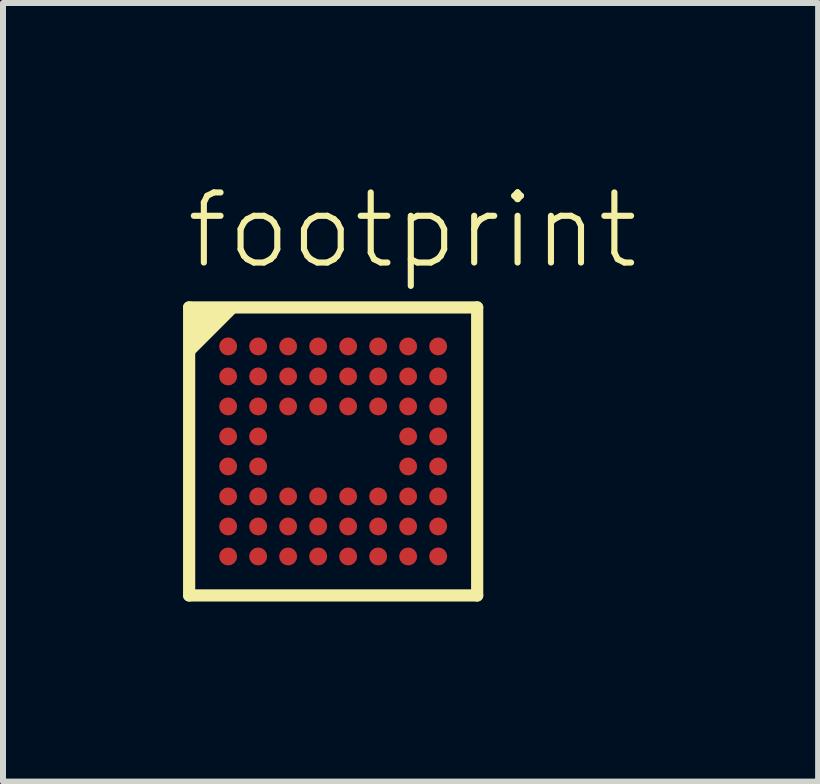
<source format=kicad_pcb>
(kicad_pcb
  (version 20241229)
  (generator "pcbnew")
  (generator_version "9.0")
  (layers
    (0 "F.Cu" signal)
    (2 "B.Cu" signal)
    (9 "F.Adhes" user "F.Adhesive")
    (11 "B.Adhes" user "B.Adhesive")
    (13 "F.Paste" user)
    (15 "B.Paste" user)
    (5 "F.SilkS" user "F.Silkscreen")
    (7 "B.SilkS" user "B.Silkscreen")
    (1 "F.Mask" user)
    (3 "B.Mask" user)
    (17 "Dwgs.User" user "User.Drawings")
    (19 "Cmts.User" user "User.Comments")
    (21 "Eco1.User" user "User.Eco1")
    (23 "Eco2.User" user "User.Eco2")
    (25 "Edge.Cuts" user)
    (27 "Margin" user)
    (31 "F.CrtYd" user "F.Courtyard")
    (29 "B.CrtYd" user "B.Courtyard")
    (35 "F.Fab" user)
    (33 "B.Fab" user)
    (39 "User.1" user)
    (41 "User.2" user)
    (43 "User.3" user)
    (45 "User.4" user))
  (footprint "footprint"
    (layer "F.Cu")
    (at 2.502 4.473)
    (property "Reference" "footprint" (at -2.5 -3 0) (layer "F.SilkS") (effects (font (size 1.168 1.168) (thickness 0.102)) (justify left bottom)))
    (fp_circle (center -1.75 -1.75) (end -1.675 -1.75) (stroke (width 0.15) (type solid)) (fill yes) (layer "F.Mask"))
    (fp_circle (center -1.75 -1.25) (end -1.675 -1.25) (stroke (width 0.15) (type solid)) (fill yes) (layer "F.Mask"))
    (fp_circle (center -1.75 -0.75) (end -1.675 -0.75) (stroke (width 0.15) (type solid)) (fill yes) (layer "F.Mask"))
    (fp_circle (center -1.75 -0.25) (end -1.675 -0.25) (stroke (width 0.15) (type solid)) (fill yes) (layer "F.Mask"))
    (fp_circle (center -1.75 0.25) (end -1.675 0.25) (stroke (width 0.15) (type solid)) (fill yes) (layer "F.Mask"))
    (fp_circle (center -1.75 0.75) (end -1.675 0.75) (stroke (width 0.15) (type solid)) (fill yes) (layer "F.Mask"))
    (fp_circle (center -1.75 1.25) (end -1.675 1.25) (stroke (width 0.15) (type solid)) (fill yes) (layer "F.Mask"))
    (fp_circle (center -1.75 1.75) (end -1.675 1.75) (stroke (width 0.15) (type solid)) (fill yes) (layer "F.Mask"))
    (fp_circle (center -1.25 -1.75) (end -1.175 -1.75) (stroke (width 0.15) (type solid)) (fill yes) (layer "F.Mask"))
    (fp_circle (center -1.25 -1.25) (end -1.175 -1.25) (stroke (width 0.15) (type solid)) (fill yes) (layer "F.Mask"))
    (fp_circle (center -1.25 -0.75) (end -1.175 -0.75) (stroke (width 0.15) (type solid)) (fill yes) (layer "F.Mask"))
    (fp_circle (center -1.25 -0.25) (end -1.175 -0.25) (stroke (width 0.15) (type solid)) (fill yes) (layer "F.Mask"))
    (fp_circle (center -1.25 0.25) (end -1.175 0.25) (stroke (width 0.15) (type solid)) (fill yes) (layer "F.Mask"))
    (fp_circle (center -1.25 0.75) (end -1.175 0.75) (stroke (width 0.15) (type solid)) (fill yes) (layer "F.Mask"))
    (fp_circle (center -1.25 1.25) (end -1.175 1.25) (stroke (width 0.15) (type solid)) (fill yes) (layer "F.Mask"))
    (fp_circle (center -1.25 1.75) (end -1.175 1.75) (stroke (width 0.15) (type solid)) (fill yes) (layer "F.Mask"))
    (fp_circle (center -0.75 -1.75) (end -0.675 -1.75) (stroke (width 0.15) (type solid)) (fill yes) (layer "F.Mask"))
    (fp_circle (center -0.75 -1.25) (end -0.675 -1.25) (stroke (width 0.15) (type solid)) (fill yes) (layer "F.Mask"))
    (fp_circle (center -0.75 -0.75) (end -0.675 -0.75) (stroke (width 0.15) (type solid)) (fill yes) (layer "F.Mask"))
    (fp_circle (center -0.75 0.75) (end -0.675 0.75) (stroke (width 0.15) (type solid)) (fill yes) (layer "F.Mask"))
    (fp_circle (center -0.75 1.25) (end -0.675 1.25) (stroke (width 0.15) (type solid)) (fill yes) (layer "F.Mask"))
    (fp_circle (center -0.75 1.75) (end -0.675 1.75) (stroke (width 0.15) (type solid)) (fill yes) (layer "F.Mask"))
    (fp_circle (center -0.25 -1.75) (end -0.175 -1.75) (stroke (width 0.15) (type solid)) (fill yes) (layer "F.Mask"))
    (fp_circle (center -0.25 -1.25) (end -0.175 -1.25) (stroke (width 0.15) (type solid)) (fill yes) (layer "F.Mask"))
    (fp_circle (center -0.25 -0.75) (end -0.175 -0.75) (stroke (width 0.15) (type solid)) (fill yes) (layer "F.Mask"))
    (fp_circle (center -0.25 0.75) (end -0.175 0.75) (stroke (width 0.15) (type solid)) (fill yes) (layer "F.Mask"))
    (fp_circle (center -0.25 1.25) (end -0.175 1.25) (stroke (width 0.15) (type solid)) (fill yes) (layer "F.Mask"))
    (fp_circle (center -0.25 1.75) (end -0.175 1.75) (stroke (width 0.15) (type solid)) (fill yes) (layer "F.Mask"))
    (fp_circle (center 0.25 -1.75) (end 0.325 -1.75) (stroke (width 0.15) (type solid)) (fill yes) (layer "F.Mask"))
    (fp_circle (center 0.25 -1.25) (end 0.325 -1.25) (stroke (width 0.15) (type solid)) (fill yes) (layer "F.Mask"))
    (fp_circle (center 0.25 -0.75) (end 0.325 -0.75) (stroke (width 0.15) (type solid)) (fill yes) (layer "F.Mask"))
    (fp_circle (center 0.25 0.75) (end 0.325 0.75) (stroke (width 0.15) (type solid)) (fill yes) (layer "F.Mask"))
    (fp_circle (center 0.25 1.25) (end 0.325 1.25) (stroke (width 0.15) (type solid)) (fill yes) (layer "F.Mask"))
    (fp_circle (center 0.25 1.75) (end 0.325 1.75) (stroke (width 0.15) (type solid)) (fill yes) (layer "F.Mask"))
    (fp_circle (center 0.75 -1.75) (end 0.825 -1.75) (stroke (width 0.15) (type solid)) (fill yes) (layer "F.Mask"))
    (fp_circle (center 0.75 -1.25) (end 0.825 -1.25) (stroke (width 0.15) (type solid)) (fill yes) (layer "F.Mask"))
    (fp_circle (center 0.75 -0.75) (end 0.825 -0.75) (stroke (width 0.15) (type solid)) (fill yes) (layer "F.Mask"))
    (fp_circle (center 0.75 0.75) (end 0.825 0.75) (stroke (width 0.15) (type solid)) (fill yes) (layer "F.Mask"))
    (fp_circle (center 0.75 1.25) (end 0.825 1.25) (stroke (width 0.15) (type solid)) (fill yes) (layer "F.Mask"))
    (fp_circle (center 0.75 1.75) (end 0.825 1.75) (stroke (width 0.15) (type solid)) (fill yes) (layer "F.Mask"))
    (fp_circle (center 1.25 -1.75) (end 1.325 -1.75) (stroke (width 0.15) (type solid)) (fill yes) (layer "F.Mask"))
    (fp_circle (center 1.25 -1.25) (end 1.325 -1.25) (stroke (width 0.15) (type solid)) (fill yes) (layer "F.Mask"))
    (fp_circle (center 1.25 -0.75) (end 1.325 -0.75) (stroke (width 0.15) (type solid)) (fill yes) (layer "F.Mask"))
    (fp_circle (center 1.25 -0.25) (end 1.325 -0.25) (stroke (width 0.15) (type solid)) (fill yes) (layer "F.Mask"))
    (fp_circle (center 1.25 0.25) (end 1.325 0.25) (stroke (width 0.15) (type solid)) (fill yes) (layer "F.Mask"))
    (fp_circle (center 1.25 0.75) (end 1.325 0.75) (stroke (width 0.15) (type solid)) (fill yes) (layer "F.Mask"))
    (fp_circle (center 1.25 1.25) (end 1.325 1.25) (stroke (width 0.15) (type solid)) (fill yes) (layer "F.Mask"))
    (fp_circle (center 1.25 1.75) (end 1.325 1.75) (stroke (width 0.15) (type solid)) (fill yes) (layer "F.Mask"))
    (fp_circle (center 1.75 -1.75) (end 1.825 -1.75) (stroke (width 0.15) (type solid)) (fill yes) (layer "F.Mask"))
    (fp_circle (center 1.75 -1.25) (end 1.825 -1.25) (stroke (width 0.15) (type solid)) (fill yes) (layer "F.Mask"))
    (fp_circle (center 1.75 -0.75) (end 1.825 -0.75) (stroke (width 0.15) (type solid)) (fill yes) (layer "F.Mask"))
    (fp_circle (center 1.75 -0.25) (end 1.825 -0.25) (stroke (width 0.15) (type solid)) (fill yes) (layer "F.Mask"))
    (fp_circle (center 1.75 0.25) (end 1.825 0.25) (stroke (width 0.15) (type solid)) (fill yes) (layer "F.Mask"))
    (fp_circle (center 1.75 0.75) (end 1.825 0.75) (stroke (width 0.15) (type solid)) (fill yes) (layer "F.Mask"))
    (fp_circle (center 1.75 1.25) (end 1.825 1.25) (stroke (width 0.15) (type solid)) (fill yes) (layer "F.Mask"))
    (fp_circle (center 1.75 1.75) (end 1.825 1.75) (stroke (width 0.15) (type solid)) (fill yes) (layer "F.Mask"))
    (fp_line (start -2.4 -2.4) (end -2.4 2.4) (stroke (width 0.203) (type solid)) (layer "F.SilkS"))
    (fp_line (start -2.4 2.4) (end 2.4 2.4) (stroke (width 0.203) (type solid)) (layer "F.SilkS"))
    (fp_line (start 2.4 -2.4) (end -2.4 -2.4) (stroke (width 0.203) (type solid)) (layer "F.SilkS"))
    (fp_line (start 2.4 2.4) (end 2.4 -2.4) (stroke (width 0.203) (type solid)) (layer "F.SilkS"))
    (fp_poly (pts (xy -2.477 -1.455) (xy -2.477 -2.452) (xy -1.48 -2.452)) (stroke (width 0) (type solid)) (fill yes) (layer "F.SilkS"))
    (pad "A1" smd roundrect (at -1.75 -1.75) (size 0.3 0.3) (layers "F.Cu") (roundrect_rratio 0.5))
    (pad "A2" smd roundrect (at -1.25 -1.75) (size 0.3 0.3) (layers "F.Cu") (roundrect_rratio 0.5))
    (pad "A3" smd roundrect (at -0.75 -1.75) (size 0.3 0.3) (layers "F.Cu") (roundrect_rratio 0.5))
    (pad "A4" smd roundrect (at -0.25 -1.75) (size 0.3 0.3) (layers "F.Cu") (roundrect_rratio 0.5))
    (pad "A5" smd roundrect (at 0.25 -1.75) (size 0.3 0.3) (layers "F.Cu") (roundrect_rratio 0.5))
    (pad "A6" smd roundrect (at 0.75 -1.75) (size 0.3 0.3) (layers "F.Cu") (roundrect_rratio 0.5))
    (pad "A7" smd roundrect (at 1.25 -1.75) (size 0.3 0.3) (layers "F.Cu") (roundrect_rratio 0.5))
    (pad "A8" smd roundrect (at 1.75 -1.75) (size 0.3 0.3) (layers "F.Cu") (roundrect_rratio 0.5))
    (pad "B1" smd roundrect (at -1.75 -1.25) (size 0.3 0.3) (layers "F.Cu") (roundrect_rratio 0.5))
    (pad "B2" smd roundrect (at -1.25 -1.25) (size 0.3 0.3) (layers "F.Cu") (roundrect_rratio 0.5))
    (pad "B3" smd roundrect (at -0.75 -1.25) (size 0.3 0.3) (layers "F.Cu") (roundrect_rratio 0.5))
    (pad "B4" smd roundrect (at -0.25 -1.25) (size 0.3 0.3) (layers "F.Cu") (roundrect_rratio 0.5))
    (pad "B5" smd roundrect (at 0.25 -1.25) (size 0.3 0.3) (layers "F.Cu") (roundrect_rratio 0.5))
    (pad "B6" smd roundrect (at 0.75 -1.25) (size 0.3 0.3) (layers "F.Cu") (roundrect_rratio 0.5))
    (pad "B7" smd roundrect (at 1.25 -1.25) (size 0.3 0.3) (layers "F.Cu") (roundrect_rratio 0.5))
    (pad "B8" smd roundrect (at 1.75 -1.25) (size 0.3 0.3) (layers "F.Cu") (roundrect_rratio 0.5))
    (pad "C1" smd roundrect (at -1.75 -0.75) (size 0.3 0.3) (layers "F.Cu") (roundrect_rratio 0.5))
    (pad "C2" smd roundrect (at -1.25 -0.75) (size 0.3 0.3) (layers "F.Cu") (roundrect_rratio 0.5))
    (pad "C3" smd roundrect (at -0.75 -0.75) (size 0.3 0.3) (layers "F.Cu") (roundrect_rratio 0.5))
    (pad "C4" smd roundrect (at -0.25 -0.75) (size 0.3 0.3) (layers "F.Cu") (roundrect_rratio 0.5))
    (pad "C5" smd roundrect (at 0.25 -0.75) (size 0.3 0.3) (layers "F.Cu") (roundrect_rratio 0.5))
    (pad "C6" smd roundrect (at 0.75 -0.75) (size 0.3 0.3) (layers "F.Cu") (roundrect_rratio 0.5))
    (pad "C7" smd roundrect (at 1.25 -0.75) (size 0.3 0.3) (layers "F.Cu") (roundrect_rratio 0.5))
    (pad "C8" smd roundrect (at 1.75 -0.75) (size 0.3 0.3) (layers "F.Cu") (roundrect_rratio 0.5))
    (pad "D1" smd roundrect (at -1.75 -0.25) (size 0.3 0.3) (layers "F.Cu") (roundrect_rratio 0.5))
    (pad "D2" smd roundrect (at -1.25 -0.25) (size 0.3 0.3) (layers "F.Cu") (roundrect_rratio 0.5))
    (pad "D7" smd roundrect (at 1.25 -0.25) (size 0.3 0.3) (layers "F.Cu") (roundrect_rratio 0.5))
    (pad "D8" smd roundrect (at 1.75 -0.25) (size 0.3 0.3) (layers "F.Cu") (roundrect_rratio 0.5))
    (pad "E1" smd roundrect (at -1.75 0.25) (size 0.3 0.3) (layers "F.Cu") (roundrect_rratio 0.5))
    (pad "E2" smd roundrect (at -1.25 0.25) (size 0.3 0.3) (layers "F.Cu") (roundrect_rratio 0.5))
    (pad "E7" smd roundrect (at 1.25 0.25) (size 0.3 0.3) (layers "F.Cu") (roundrect_rratio 0.5))
    (pad "E8" smd roundrect (at 1.75 0.25) (size 0.3 0.3) (layers "F.Cu") (roundrect_rratio 0.5))
    (pad "F1" smd roundrect (at -1.75 0.75) (size 0.3 0.3) (layers "F.Cu") (roundrect_rratio 0.5))
    (pad "F2" smd roundrect (at -1.25 0.75) (size 0.3 0.3) (layers "F.Cu") (roundrect_rratio 0.5))
    (pad "F3" smd roundrect (at -0.75 0.75) (size 0.3 0.3) (layers "F.Cu") (roundrect_rratio 0.5))
    (pad "F4" smd roundrect (at -0.25 0.75) (size 0.3 0.3) (layers "F.Cu") (roundrect_rratio 0.5))
    (pad "F5" smd roundrect (at 0.25 0.75) (size 0.3 0.3) (layers "F.Cu") (roundrect_rratio 0.5))
    (pad "F6" smd roundrect (at 0.75 0.75) (size 0.3 0.3) (layers "F.Cu") (roundrect_rratio 0.5))
    (pad "F7" smd roundrect (at 1.25 0.75) (size 0.3 0.3) (layers "F.Cu") (roundrect_rratio 0.5))
    (pad "F8" smd roundrect (at 1.75 0.75) (size 0.3 0.3) (layers "F.Cu") (roundrect_rratio 0.5))
    (pad "G1" smd roundrect (at -1.75 1.25) (size 0.3 0.3) (layers "F.Cu") (roundrect_rratio 0.5))
    (pad "G2" smd roundrect (at -1.25 1.25) (size 0.3 0.3) (layers "F.Cu") (roundrect_rratio 0.5))
    (pad "G3" smd roundrect (at -0.75 1.25) (size 0.3 0.3) (layers "F.Cu") (roundrect_rratio 0.5))
    (pad "G4" smd roundrect (at -0.25 1.25) (size 0.3 0.3) (layers "F.Cu") (roundrect_rratio 0.5))
    (pad "G5" smd roundrect (at 0.25 1.25) (size 0.3 0.3) (layers "F.Cu") (roundrect_rratio 0.5))
    (pad "G6" smd roundrect (at 0.75 1.25) (size 0.3 0.3) (layers "F.Cu") (roundrect_rratio 0.5))
    (pad "G7" smd roundrect (at 1.25 1.25) (size 0.3 0.3) (layers "F.Cu") (roundrect_rratio 0.5))
    (pad "G8" smd roundrect (at 1.75 1.25) (size 0.3 0.3) (layers "F.Cu") (roundrect_rratio 0.5))
    (pad "H1" smd roundrect (at -1.75 1.75) (size 0.3 0.3) (layers "F.Cu") (roundrect_rratio 0.5))
    (pad "H2" smd roundrect (at -1.25 1.75) (size 0.3 0.3) (layers "F.Cu") (roundrect_rratio 0.5))
    (pad "H3" smd roundrect (at -0.75 1.75) (size 0.3 0.3) (layers "F.Cu") (roundrect_rratio 0.5))
    (pad "H4" smd roundrect (at -0.25 1.75) (size 0.3 0.3) (layers "F.Cu") (roundrect_rratio 0.5))
    (pad "H5" smd roundrect (at 0.25 1.75) (size 0.3 0.3) (layers "F.Cu") (roundrect_rratio 0.5))
    (pad "H6" smd roundrect (at 0.75 1.75) (size 0.3 0.3) (layers "F.Cu") (roundrect_rratio 0.5))
    (pad "H7" smd roundrect (at 1.25 1.75) (size 0.3 0.3) (layers "F.Cu") (roundrect_rratio 0.5))
    (pad "H8" smd roundrect (at 1.75 1.75) (size 0.3 0.3) (layers "F.Cu") (roundrect_rratio 0.5)))
  (gr_rect
    (start -3 -3)
    (end 10.584 9.975)
    (stroke (width 0.1) (type default))
    (fill no)
    (layer "Edge.Cuts")))
</source>
